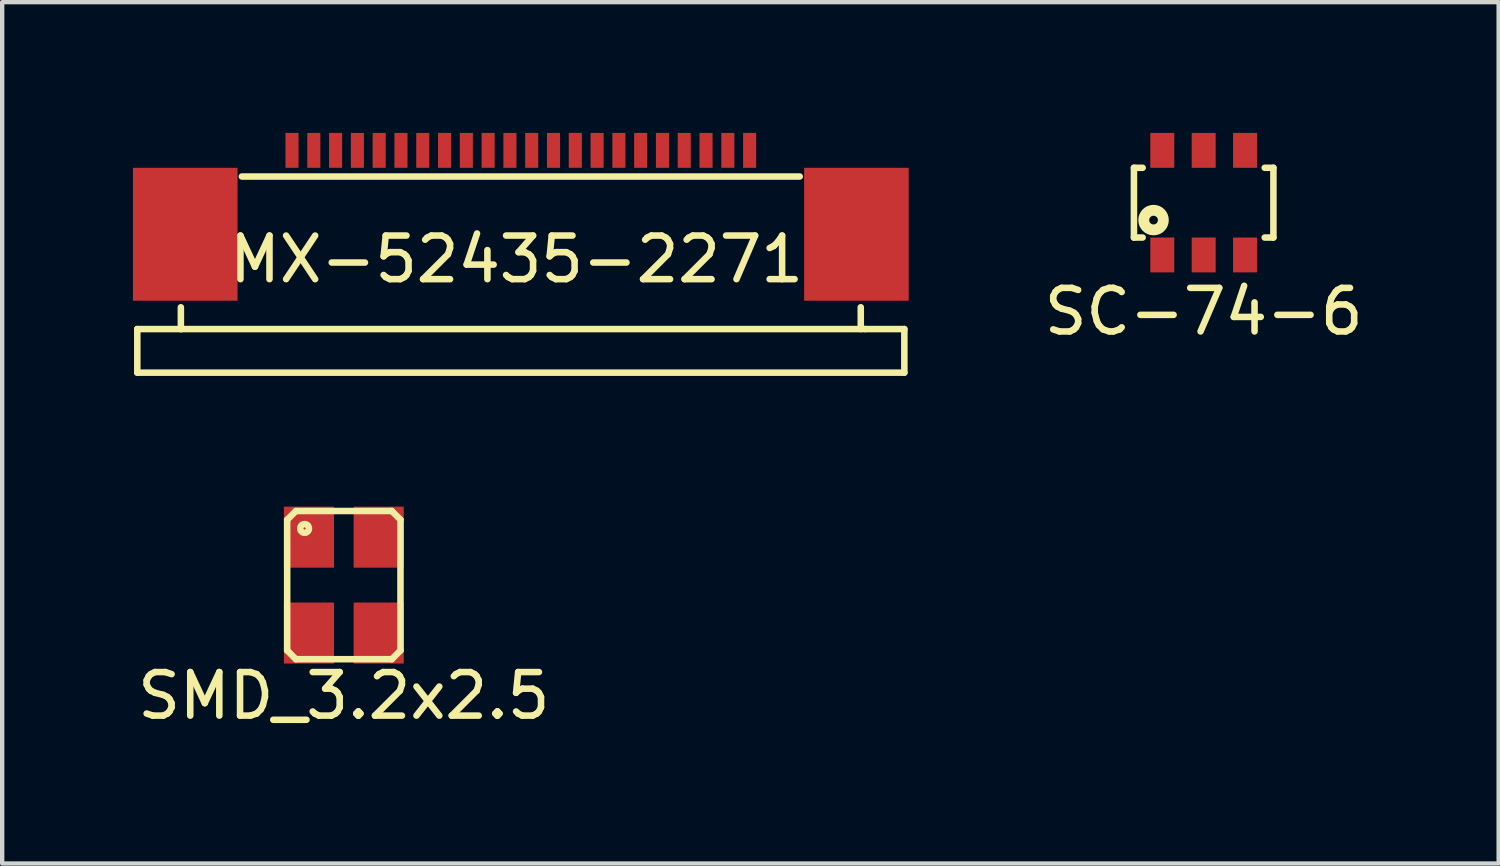
<source format=kicad_pcb>
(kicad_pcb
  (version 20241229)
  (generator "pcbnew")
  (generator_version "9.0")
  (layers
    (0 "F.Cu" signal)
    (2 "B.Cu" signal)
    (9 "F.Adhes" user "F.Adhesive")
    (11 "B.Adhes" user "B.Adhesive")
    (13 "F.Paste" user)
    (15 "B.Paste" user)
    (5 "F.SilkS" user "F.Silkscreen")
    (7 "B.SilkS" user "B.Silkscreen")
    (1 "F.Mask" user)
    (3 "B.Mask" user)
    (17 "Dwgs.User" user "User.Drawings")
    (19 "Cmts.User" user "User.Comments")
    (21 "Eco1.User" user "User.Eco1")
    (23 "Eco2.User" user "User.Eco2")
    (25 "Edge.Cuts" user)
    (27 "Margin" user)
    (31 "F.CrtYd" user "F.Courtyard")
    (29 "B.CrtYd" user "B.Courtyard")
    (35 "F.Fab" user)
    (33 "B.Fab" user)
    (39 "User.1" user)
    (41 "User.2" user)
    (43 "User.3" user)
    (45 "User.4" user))
  (footprint "SMD_3.2x2.5"
    (layer "F.Cu")
    (at 4.839 10.375)
    (property "Reference" "SMD_3.2x2.5" (at 0 2.54 180) (layer "F.SilkS") (effects (font (size 1 1) (thickness 0.15))))
    (attr through_hole)
    (fp_line (start -1.3 -1.5) (end -1.3 1.5) (stroke (width 0.15) (type solid)) (layer "F.SilkS"))
    (fp_line (start -1.3 1.5) (end -1.1 1.7) (stroke (width 0.15) (type solid)) (layer "F.SilkS"))
    (fp_line (start -1.1 -1.7) (end -1.3 -1.5) (stroke (width 0.15) (type solid)) (layer "F.SilkS"))
    (fp_line (start -1.1 1.7) (end 1.1 1.7) (stroke (width 0.15) (type solid)) (layer "F.SilkS"))
    (fp_line (start 1.1 -1.7) (end -1.1 -1.7) (stroke (width 0.15) (type solid)) (layer "F.SilkS"))
    (fp_line (start 1.1 1.7) (end 1.3 1.5) (stroke (width 0.15) (type solid)) (layer "F.SilkS"))
    (fp_line (start 1.3 -1.5) (end 1.1 -1.7) (stroke (width 0.15) (type solid)) (layer "F.SilkS"))
    (fp_line (start 1.3 1.5) (end 1.3 -1.5) (stroke (width 0.15) (type solid)) (layer "F.SilkS"))
    (fp_circle (center -0.9 -1.3) (end -0.9 -1.2) (stroke (width 0.15) (type solid)) (fill no) (layer "F.SilkS"))
    (pad "1" smd rect (at -0.8 -1.1 270) (size 1.4 1.15) (layers "F.Cu" "F.Mask" "F.Paste"))
    (pad "2" smd rect (at -0.8 1.1 270) (size 1.4 1.15) (layers "F.Cu" "F.Mask" "F.Paste"))
    (pad "3" smd rect (at 0.8 1.1 270) (size 1.4 1.15) (layers "F.Cu" "F.Mask" "F.Paste"))
    (pad "4" smd rect (at 0.8 -1.1 270) (size 1.4 1.15) (layers "F.Cu" "F.Mask" "F.Paste")))
  (footprint "SC-74-6"
    (layer "F.Cu")
    (at 24.568 1.6)
    (property "Reference" "SC-74-6" (at 0 2.5 0) (layer "F.SilkS") (effects (font (size 1 1) (thickness 0.15))))
    (attr smd)
    (fp_line (start -1.6 0.8) (end -1.6 -0.8) (stroke (width 0.15) (type solid)) (layer "F.SilkS"))
    (fp_line (start -1.4 -0.8) (end -1.6 -0.8) (stroke (width 0.15) (type solid)) (layer "F.SilkS"))
    (fp_line (start -1.4 0.8) (end -1.6 0.8) (stroke (width 0.15) (type solid)) (layer "F.SilkS"))
    (fp_line (start 1.6 -0.8) (end 1.4 -0.8) (stroke (width 0.15) (type solid)) (layer "F.SilkS"))
    (fp_line (start 1.6 -0.8) (end 1.6 0.8) (stroke (width 0.15) (type solid)) (layer "F.SilkS"))
    (fp_line (start 1.6 0.8) (end 1.4 0.8) (stroke (width 0.15) (type solid)) (layer "F.SilkS"))
    (fp_circle (center -1.15 0.4) (end -1.05 0.4) (stroke (width 0.25) (type solid)) (fill no) (layer "F.SilkS"))
    (pad "1" smd rect (at -0.95 1.2) (size 0.55 0.8) (layers "F.Cu" "F.Mask" "F.Paste"))
    (pad "2" smd rect (at 0 1.2) (size 0.55 0.8) (layers "F.Cu" "F.Mask" "F.Paste"))
    (pad "3" smd rect (at 0.95 1.2) (size 0.55 0.8) (layers "F.Cu" "F.Mask" "F.Paste"))
    (pad "4" smd rect (at 0.95 -1.2) (size 0.55 0.8) (layers "F.Cu" "F.Mask" "F.Paste"))
    (pad "5" smd rect (at 0 -1.2) (size 0.55 0.8) (layers "F.Cu" "F.Mask" "F.Paste"))
    (pad "6" smd rect (at -0.95 -1.2) (size 0.55 0.8) (layers "F.Cu" "F.Mask" "F.Paste")))
  (footprint "MX-52435-2271"
    (layer "F.Cu")
    (at 8.9 0.4)
    (property "Reference" "MX-52435-2271" (at -0.1 2.5 0) (layer "F.SilkS") (effects (font (size 1 1) (thickness 0.15))))
    (attr through_hole)
    (fp_line (start -8.8 4.1) (end -7.8 4.1) (stroke (width 0.15) (type solid)) (layer "F.SilkS"))
    (fp_line (start -8.8 5.1) (end -8.8 4.1) (stroke (width 0.15) (type solid)) (layer "F.SilkS"))
    (fp_line (start -8.8 5.1) (end 8.8 5.1) (stroke (width 0.15) (type solid)) (layer "F.SilkS"))
    (fp_line (start -7.8 3.6) (end -7.8 4.1) (stroke (width 0.15) (type solid)) (layer "F.SilkS"))
    (fp_line (start -7.8 4.1) (end 7.9 4.1) (stroke (width 0.15) (type solid)) (layer "F.SilkS"))
    (fp_line (start -6.4 0.6) (end 6.4 0.6) (stroke (width 0.15) (type solid)) (layer "F.SilkS"))
    (fp_line (start 7.8 4.1) (end 7.8 3.6) (stroke (width 0.15) (type solid)) (layer "F.SilkS"))
    (fp_line (start 8.8 4.1) (end 7.9 4.1) (stroke (width 0.15) (type solid)) (layer "F.SilkS"))
    (fp_line (start 8.8 5.1) (end 8.8 4.1) (stroke (width 0.15) (type solid)) (layer "F.SilkS"))
    (pad "1" smd rect (at -5.25 0) (size 0.3 0.8) (layers "F.Cu" "F.Mask" "F.Paste"))
    (pad "2" smd rect (at -4.75 0) (size 0.3 0.8) (layers "F.Cu" "F.Mask" "F.Paste"))
    (pad "3" smd rect (at -4.25 0) (size 0.3 0.8) (layers "F.Cu" "F.Mask" "F.Paste"))
    (pad "4" smd rect (at -3.75 0) (size 0.3 0.8) (layers "F.Cu" "F.Mask" "F.Paste"))
    (pad "5" smd rect (at -3.25 0) (size 0.3 0.8) (layers "F.Cu" "F.Mask" "F.Paste"))
    (pad "6" smd rect (at -2.75 0) (size 0.3 0.8) (layers "F.Cu" "F.Mask" "F.Paste"))
    (pad "7" smd rect (at -2.25 0) (size 0.3 0.8) (layers "F.Cu" "F.Mask" "F.Paste"))
    (pad "8" smd rect (at -1.75 0) (size 0.3 0.8) (layers "F.Cu" "F.Mask" "F.Paste"))
    (pad "9" smd rect (at -1.25 0) (size 0.3 0.8) (layers "F.Cu" "F.Mask" "F.Paste"))
    (pad "10" smd rect (at -0.75 0) (size 0.3 0.8) (layers "F.Cu" "F.Mask" "F.Paste"))
    (pad "11" smd rect (at -0.25 0) (size 0.3 0.8) (layers "F.Cu" "F.Mask" "F.Paste"))
    (pad "12" smd rect (at 0.25 0) (size 0.3 0.8) (layers "F.Cu" "F.Mask" "F.Paste"))
    (pad "13" smd rect (at 0.75 0) (size 0.3 0.8) (layers "F.Cu" "F.Mask" "F.Paste"))
    (pad "14" smd rect (at 1.25 0) (size 0.3 0.8) (layers "F.Cu" "F.Mask" "F.Paste"))
    (pad "15" smd rect (at 1.75 0) (size 0.3 0.8) (layers "F.Cu" "F.Mask" "F.Paste"))
    (pad "16" smd rect (at 2.25 0) (size 0.3 0.8) (layers "F.Cu" "F.Mask" "F.Paste"))
    (pad "17" smd rect (at 2.75 0) (size 0.3 0.8) (layers "F.Cu" "F.Mask" "F.Paste"))
    (pad "18" smd rect (at 3.25 0) (size 0.3 0.8) (layers "F.Cu" "F.Mask" "F.Paste"))
    (pad "19" smd rect (at 3.75 0) (size 0.3 0.8) (layers "F.Cu" "F.Mask" "F.Paste"))
    (pad "20" smd rect (at 4.25 0) (size 0.3 0.8) (layers "F.Cu" "F.Mask" "F.Paste"))
    (pad "21" smd rect (at 4.75 0) (size 0.3 0.8) (layers "F.Cu" "F.Mask" "F.Paste"))
    (pad "22" smd rect (at 5.25 0) (size 0.3 0.8) (layers "F.Cu" "F.Mask" "F.Paste"))
    (pad "~" smd rect (at -7.7 1.925) (size 2.4 3.05) (layers "F.Cu" "F.Mask" "F.Paste"))
    (pad "~" smd rect (at 7.7 1.925) (size 2.4 3.05) (layers "F.Cu" "F.Mask" "F.Paste")))
  (gr_rect
    (start -3 -3)
    (end 31.336 16.763)
    (stroke (width 0.1) (type default))
    (fill no)
    (layer "Edge.Cuts")))
</source>
